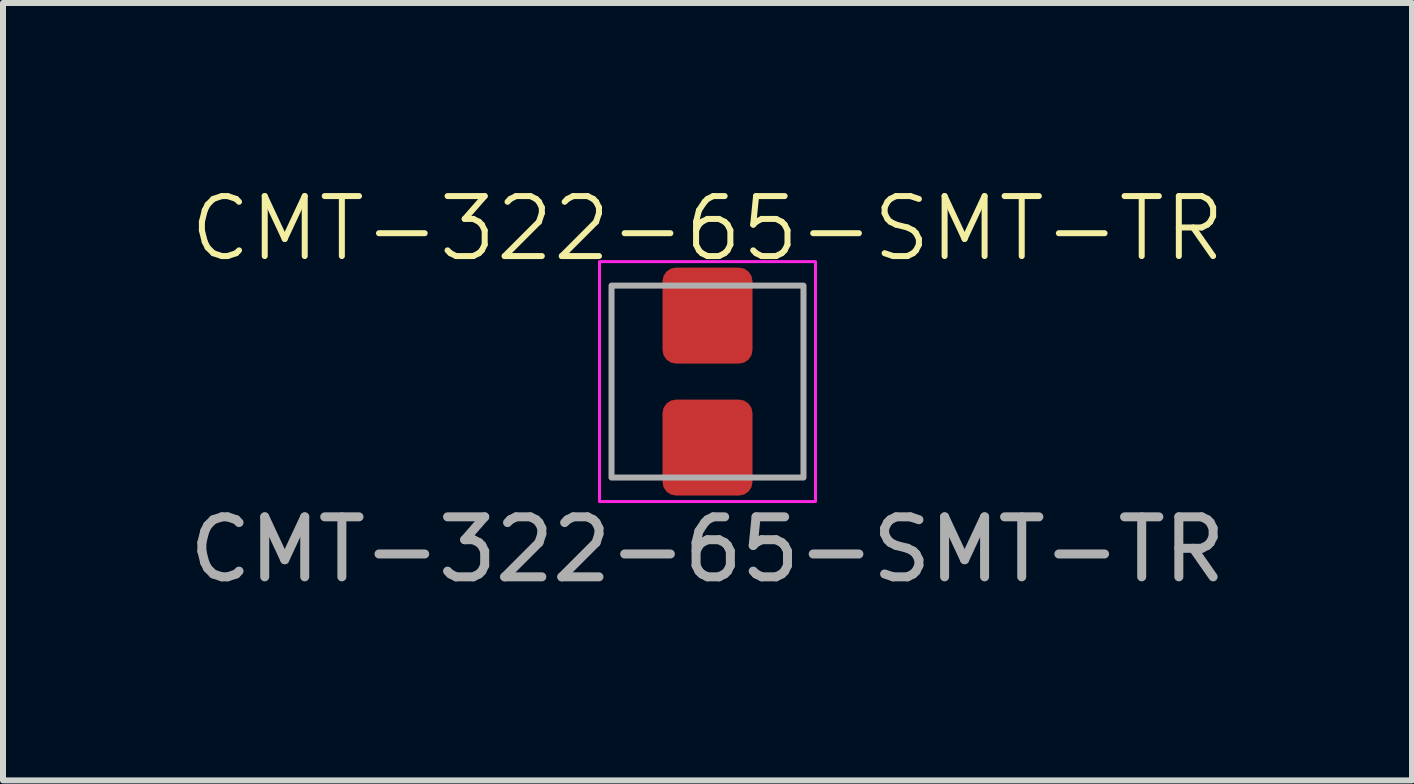
<source format=kicad_pcb>
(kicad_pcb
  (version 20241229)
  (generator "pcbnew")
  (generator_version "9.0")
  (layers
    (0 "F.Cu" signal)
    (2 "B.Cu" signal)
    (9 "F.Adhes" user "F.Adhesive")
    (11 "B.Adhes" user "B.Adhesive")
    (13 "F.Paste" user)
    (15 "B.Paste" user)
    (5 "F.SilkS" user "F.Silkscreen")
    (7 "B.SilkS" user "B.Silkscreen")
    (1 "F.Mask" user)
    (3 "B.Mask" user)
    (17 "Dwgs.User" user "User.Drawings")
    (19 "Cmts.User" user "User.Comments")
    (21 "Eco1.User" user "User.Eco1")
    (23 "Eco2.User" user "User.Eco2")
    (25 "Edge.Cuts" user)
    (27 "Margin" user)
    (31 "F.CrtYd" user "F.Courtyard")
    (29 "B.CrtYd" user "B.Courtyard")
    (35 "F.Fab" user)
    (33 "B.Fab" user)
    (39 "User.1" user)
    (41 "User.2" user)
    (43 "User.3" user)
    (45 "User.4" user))
  (footprint "CMT-322-65-SMT-TR"
    (layer "F.Cu")
    (at 8.744 3.311)
    (property "Reference" "CMT-322-65-SMT-TR" (at 0 -2.55 0) (unlocked yes) (layer "F.SilkS") (effects (font (size 1 1) (thickness 0.1))))
    (attr smd)
    (fp_rect (start -1.8 -2) (end 1.8 2) (stroke (width 0.05) (type solid)) (fill no) (layer "F.CrtYd"))
    (fp_rect (start -1.6 -1.6) (end 1.6 1.6) (stroke (width 0.1) (type solid)) (fill no) (layer "F.Fab"))
    (fp_text user "${REFERENCE}" (at 0 2.8 0) (unlocked yes) (layer "F.Fab") (effects (font (size 1 1) (thickness 0.15))))
    (pad "1" smd roundrect (at 0 -1.1) (size 1.5 1.6) (layers "F.Cu" "F.Mask" "F.Paste") (roundrect_rratio 0.15))
    (pad "2" smd roundrect (at 0 1.1) (size 1.5 1.6) (layers "F.Cu" "F.Mask" "F.Paste") (roundrect_rratio 0.15)))
  (gr_rect
    (start -3 -3)
    (end 20.488 9.959)
    (stroke (width 0.1) (type default))
    (fill no)
    (layer "Edge.Cuts")))
</source>
